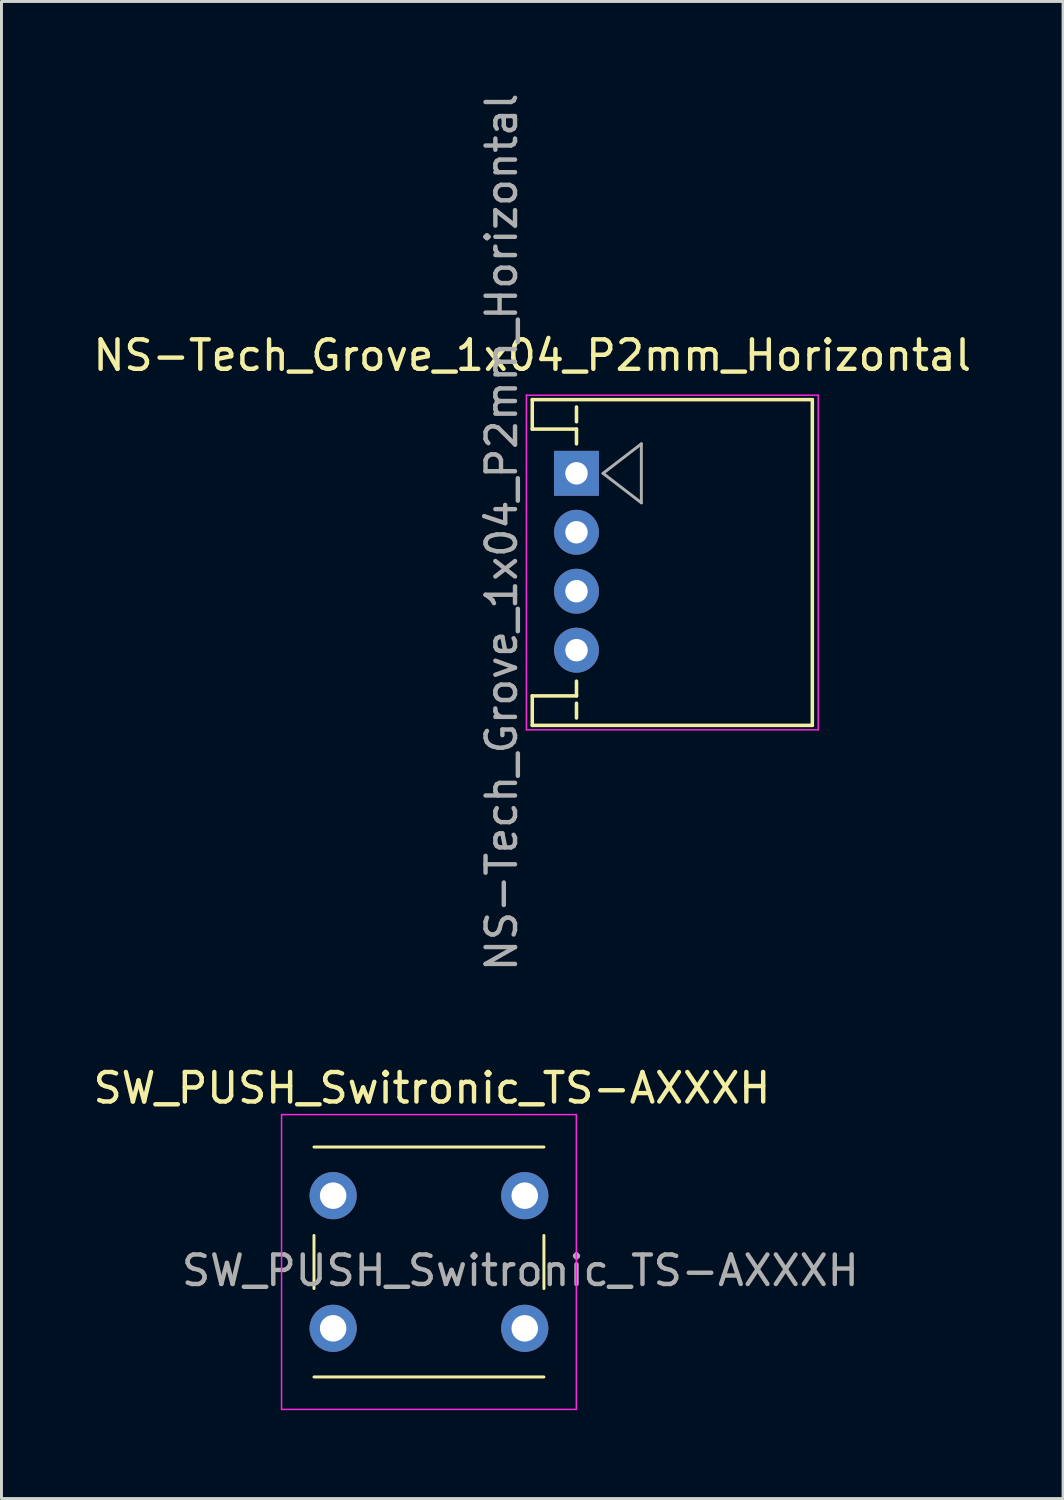
<source format=kicad_pcb>
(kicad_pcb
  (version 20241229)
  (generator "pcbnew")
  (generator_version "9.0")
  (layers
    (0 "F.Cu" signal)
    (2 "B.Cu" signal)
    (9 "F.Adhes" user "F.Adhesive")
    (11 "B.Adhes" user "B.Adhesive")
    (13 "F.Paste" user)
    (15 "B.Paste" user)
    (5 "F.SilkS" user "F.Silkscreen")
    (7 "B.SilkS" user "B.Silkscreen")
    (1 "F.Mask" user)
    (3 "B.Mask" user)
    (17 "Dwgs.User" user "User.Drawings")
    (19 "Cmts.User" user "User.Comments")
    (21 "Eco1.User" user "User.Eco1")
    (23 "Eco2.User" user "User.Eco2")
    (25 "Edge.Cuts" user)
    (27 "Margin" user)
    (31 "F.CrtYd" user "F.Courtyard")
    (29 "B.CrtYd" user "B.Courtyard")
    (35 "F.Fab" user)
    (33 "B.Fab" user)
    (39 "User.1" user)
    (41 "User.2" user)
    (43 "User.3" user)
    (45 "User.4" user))
  (footprint "NS-Tech_Grove_1x04_P2mm_Horizontal"
    (layer "F.Cu")
    (at 16.506 13.006)
    (property "Reference" "NS-Tech_Grove_1x04_P2mm_Horizontal" (at -1.5 -4 0) (layer "F.SilkS") (effects (font (size 1 1) (thickness 0.15))))
    (attr through_hole)
    (fp_line (start -1.5 -2.5) (end -1.5 -1.5) (stroke (width 0.12) (type solid)) (layer "F.SilkS"))
    (fp_line (start -1.5 -2.5) (end 8 -2.5) (stroke (width 0.12) (type solid)) (layer "F.SilkS"))
    (fp_line (start -1.5 -1.5) (end 0 -1.5) (stroke (width 0.12) (type solid)) (layer "F.SilkS"))
    (fp_line (start -1.5 7.55) (end -1.5 8.55) (stroke (width 0.12) (type solid)) (layer "F.SilkS"))
    (fp_line (start -1.5 7.55) (end 0 7.55) (stroke (width 0.12) (type solid)) (layer "F.SilkS"))
    (fp_line (start -1.5 8.55) (end 8 8.55) (stroke (width 0.12) (type solid)) (layer "F.SilkS"))
    (fp_line (start 0 -2.25) (end 0 -1.75) (stroke (width 0.12) (type solid)) (layer "F.SilkS"))
    (fp_line (start 0 -1.5) (end 0 -1) (stroke (width 0.12) (type solid)) (layer "F.SilkS"))
    (fp_line (start 0 7.05) (end 0 7.55) (stroke (width 0.12) (type solid)) (layer "F.SilkS"))
    (fp_line (start 0 7.8) (end 0 8.3) (stroke (width 0.12) (type solid)) (layer "F.SilkS"))
    (fp_line (start 8 -2.5) (end 8 8.55) (stroke (width 0.12) (type solid)) (layer "F.SilkS"))
    (fp_line (start -1.7 -2.65) (end -1.7 8.7) (stroke (width 0.05) (type solid)) (layer "F.CrtYd"))
    (fp_line (start -1.7 -2.65) (end 8.2 -2.65) (stroke (width 0.05) (type solid)) (layer "F.CrtYd"))
    (fp_line (start -1.7 8.7) (end 8.2 8.7) (stroke (width 0.05) (type solid)) (layer "F.CrtYd"))
    (fp_line (start 8.2 8.7) (end 8.2 -2.65) (stroke (width 0.05) (type solid)) (layer "F.CrtYd"))
    (fp_line (start 0.9 0) (end 2.2 1) (stroke (width 0.1) (type solid)) (layer "F.Fab"))
    (fp_line (start 2.2 -1) (end 0.9 0) (stroke (width 0.1) (type solid)) (layer "F.Fab"))
    (fp_line (start 2.2 -1) (end 2.2 1) (stroke (width 0.1) (type solid)) (layer "F.Fab"))
    (fp_text user "${REFERENCE}" (at -2.54 2 90) (layer "F.Fab") (effects (font (size 1 1) (thickness 0.15))))
    (pad "1" thru_hole rect (at 0 0) (size 1.524 1.524) (drill 0.762) (layers "*.Cu" "*.Mask"))
    (pad "2" thru_hole circle (at 0 2) (size 1.524 1.524) (drill 0.762) (layers "*.Cu" "*.Mask"))
    (pad "3" thru_hole circle (at 0 4) (size 1.524 1.524) (drill 0.762) (layers "*.Cu" "*.Mask"))
    (pad "4" thru_hole circle (at 0 6) (size 1.524 1.524) (drill 0.762) (layers "*.Cu" "*.Mask")))
  (footprint "SW_PUSH_Switronic_TS-AXXXH"
    (layer "F.Cu")
    (at 8.251 37.51)
    (property "Reference" "SW_PUSH_Switronic_TS-AXXXH" (at 3.35 -3.65 0) (layer "F.SilkS") (effects (font (size 1 1) (thickness 0.15))))
    (attr through_hole)
    (fp_line (start -0.65 -1.65) (end 7.15 -1.65) (stroke (width 0.1) (type solid)) (layer "F.SilkS"))
    (fp_line (start -0.65 3.15) (end -0.65 1.35) (stroke (width 0.1) (type solid)) (layer "F.SilkS"))
    (fp_line (start 7.15 1.35) (end 7.15 3.15) (stroke (width 0.1) (type solid)) (layer "F.SilkS"))
    (fp_line (start 7.15 6.15) (end -0.65 6.15) (stroke (width 0.1) (type solid)) (layer "F.SilkS"))
    (fp_line (start -1.75 -2.75) (end -1.75 7.25) (stroke (width 0.05) (type solid)) (layer "F.CrtYd"))
    (fp_line (start -1.75 -2.75) (end 8.25 -2.75) (stroke (width 0.05) (type solid)) (layer "F.CrtYd"))
    (fp_line (start -1.75 7.25) (end 8.25 7.25) (stroke (width 0.05) (type solid)) (layer "F.CrtYd"))
    (fp_line (start 8.25 7.25) (end 8.25 -2.75) (stroke (width 0.05) (type solid)) (layer "F.CrtYd"))
    (fp_text user "${REFERENCE}" (at 6.35 2.54 0) (layer "F.Fab") (effects (font (size 1 1) (thickness 0.15))))
    (pad "1" thru_hole circle (at 0 0) (size 1.6 1.6) (drill 0.9) (layers "*.Cu" "*.Mask"))
    (pad "1" thru_hole circle (at 6.5 0) (size 1.6 1.6) (drill 0.9) (layers "*.Cu" "*.Mask"))
    (pad "2" thru_hole circle (at 0 4.5) (size 1.6 1.6) (drill 0.9) (layers "*.Cu" "*.Mask"))
    (pad "2" thru_hole circle (at 6.5 4.5) (size 1.6 1.6) (drill 0.9) (layers "*.Cu" "*.Mask")))
  (gr_rect
    (start -3 -3)
    (end 33.012 47.785)
    (stroke (width 0.1) (type default))
    (fill no)
    (layer "Edge.Cuts")))
</source>
